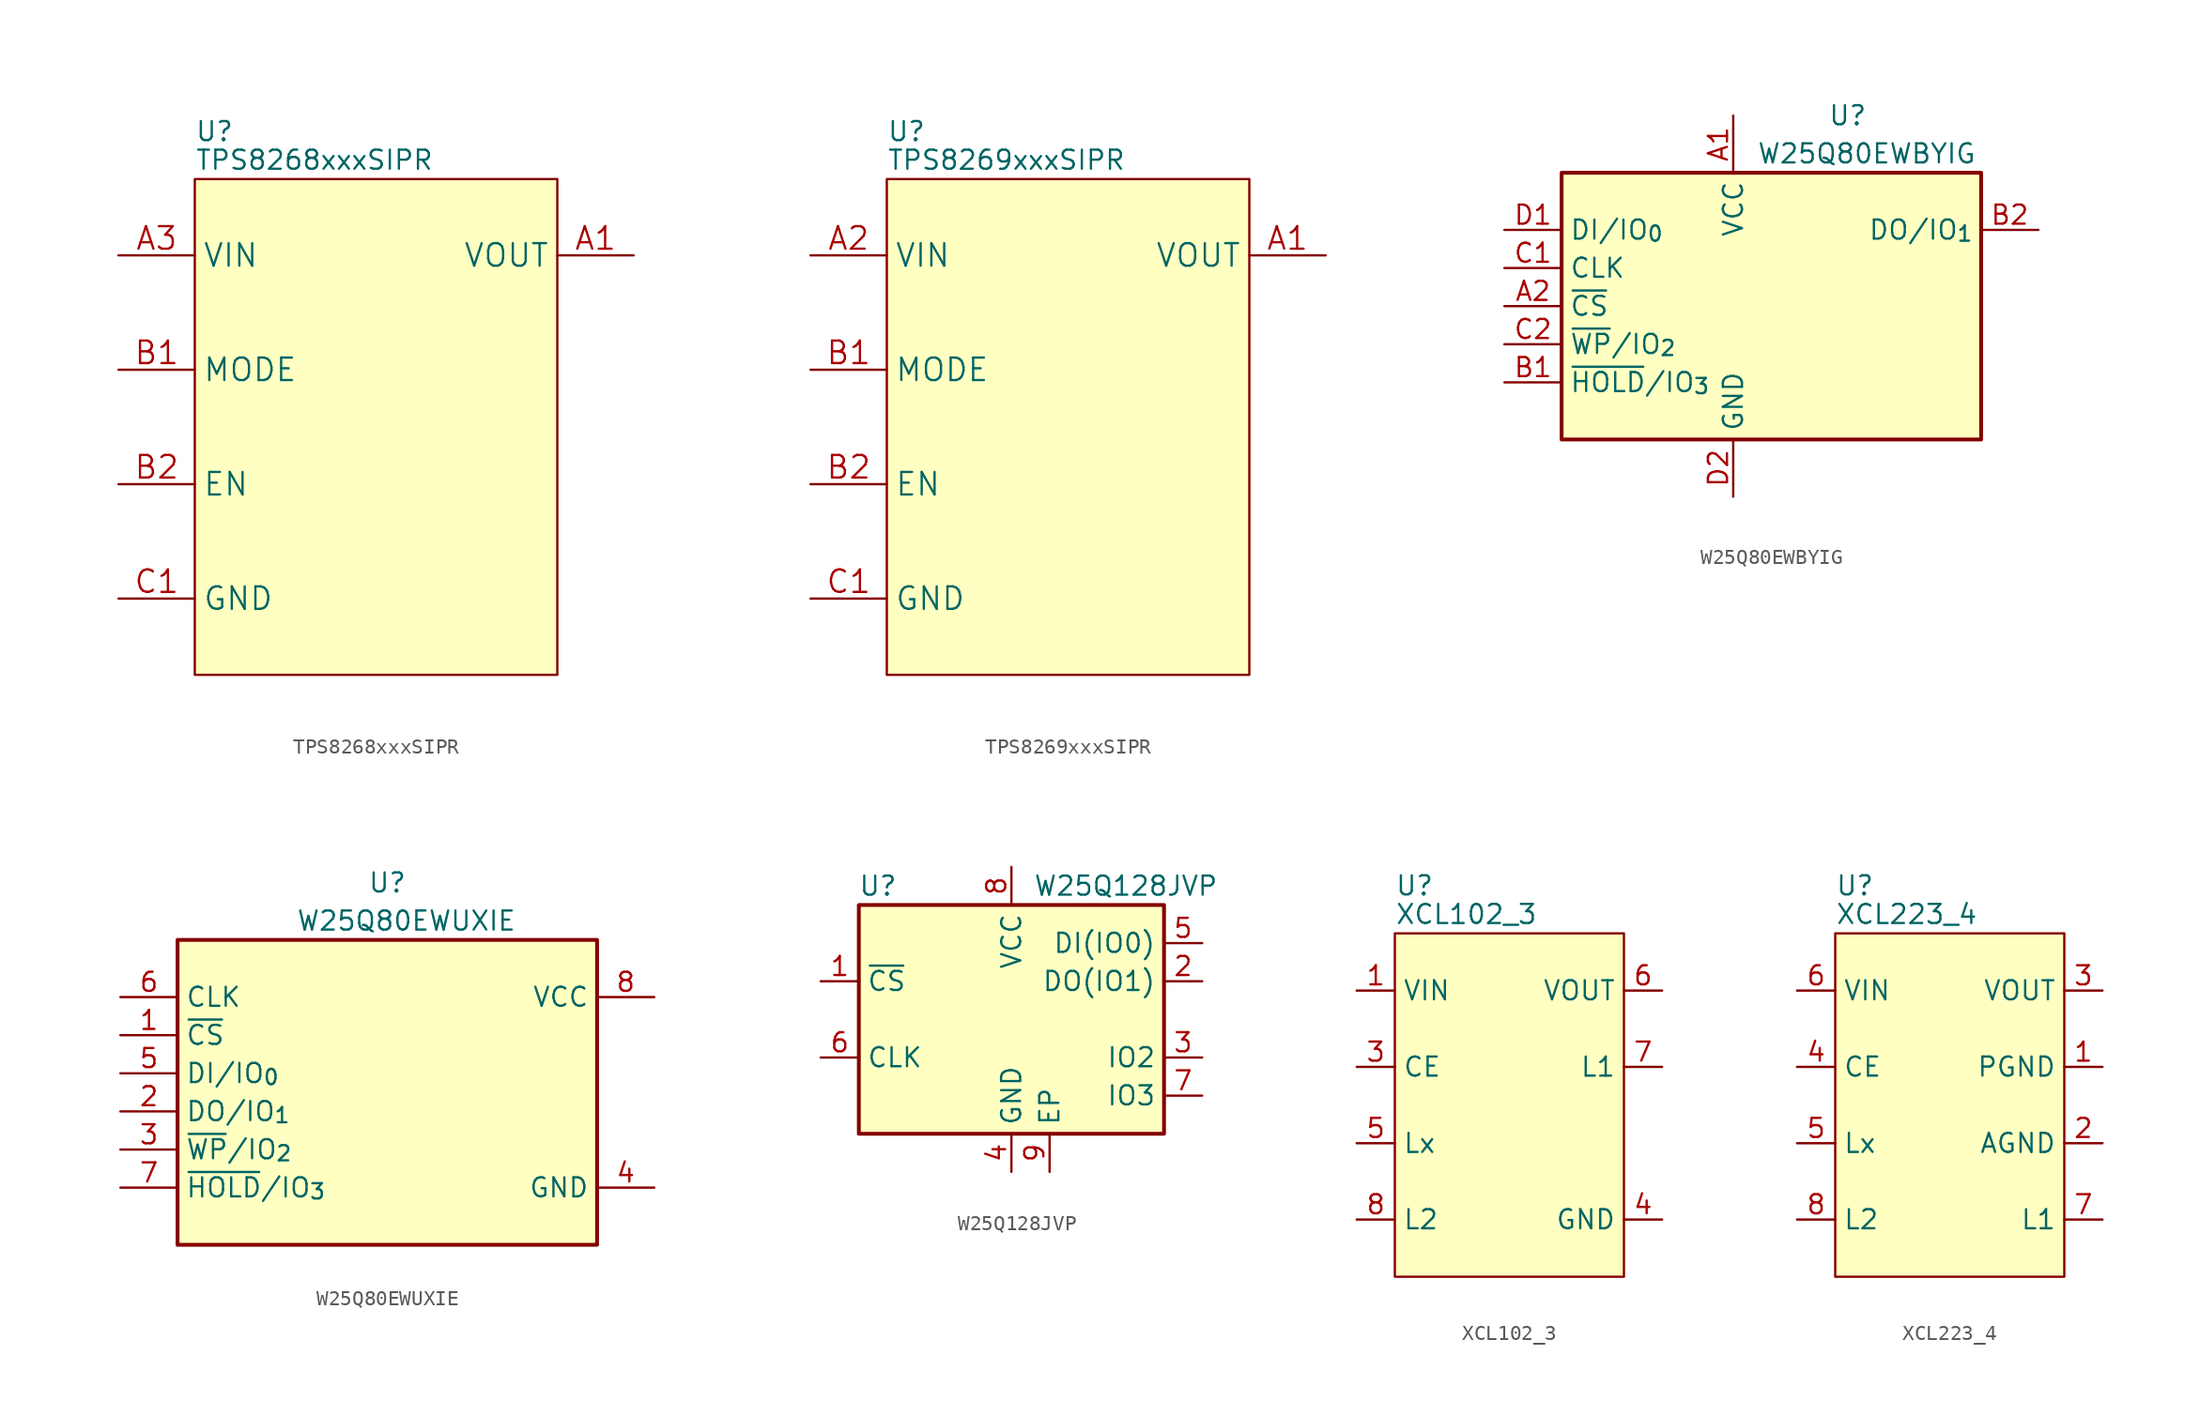
<source format=kicad_sym>
(kicad_symbol_lib
  (version 20211014)
  (generator kicad_symbol_editor)
  (symbol "TPS8268xxxSIPR"
    (property "Reference" "U"
      (at -11.43 19.685 0)
      (effects (font (size 1.27 1.27)) (justify left)))
    (property "Value" "TPS8268xxxSIPR"
      (at -11.43 17.78 0)
      (effects (font (size 1.27 1.27)) (justify left)))
    (symbol "TPS8268xxxSIPR_0_1"
      (rectangle (start -11.43 16.51) (end 12.7 -16.51) (stroke (width 0.152) (type default) (color 0 0 0 0)) (fill (type background))))
    (symbol "TPS8268xxxSIPR_1_1"
      (pin power_out line (at 17.78 11.43 180) (length 5.08) (name "VOUT" (effects (font (size 1.499 1.499)))) (number "A1" (effects (font (size 1.499 1.499)))))
      (pin power_out line (at 17.78 11.43 180) (length 5.08) hide (name "VOUT" (effects (font (size 1.499 1.499)))) (number "A2" (effects (font (size 1.499 1.499)))))
      (pin power_in line (at -16.51 11.43 0) (length 5.08) (name "VIN" (effects (font (size 1.499 1.499)))) (number "A3" (effects (font (size 1.499 1.499)))))
      (pin input line (at -16.51 3.81 0) (length 5.08) (name "MODE" (effects (font (size 1.499 1.499)))) (number "B1" (effects (font (size 1.499 1.499)))))
      (pin input line (at -16.51 -3.81 0) (length 5.08) (name "EN" (effects (font (size 1.499 1.499)))) (number "B2" (effects (font (size 1.499 1.499)))))
      (pin power_in line (at -16.51 11.43 0) (length 5.08) hide (name "VIN" (effects (font (size 1.499 1.499)))) (number "B3" (effects (font (size 1.499 1.499)))))
      (pin power_in line (at -16.51 -11.43 0) (length 5.08) (name "GND" (effects (font (size 1.499 1.499)))) (number "C1" (effects (font (size 1.499 1.499)))))
      (pin power_in line (at -16.51 -11.43 0) (length 5.08) hide (name "GND" (effects (font (size 1.499 1.499)))) (number "C2" (effects (font (size 1.499 1.499)))))
      (pin power_in line (at -16.51 -11.43 0) (length 5.08) hide (name "GND" (effects (font (size 1.499 1.499)))) (number "C3" (effects (font (size 1.499 1.499)))))))
  (symbol "TPS8269xxxSIPR"
    (property "Reference" "U"
      (at -11.43 19.685 0)
      (effects (font (size 1.27 1.27)) (justify left)))
    (property "Value" "TPS8269xxxSIPR"
      (at -11.43 17.78 0)
      (effects (font (size 1.27 1.27)) (justify left)))
    (symbol "TPS8269xxxSIPR_0_1"
      (rectangle (start -11.43 16.51) (end 12.7 -16.51) (stroke (width 0.152) (type default) (color 0 0 0 0)) (fill (type background))))
    (symbol "TPS8269xxxSIPR_1_1"
      (pin power_out line (at 17.78 11.43 180) (length 5.08) (name "VOUT" (effects (font (size 1.499 1.499)))) (number "A1" (effects (font (size 1.499 1.499)))))
      (pin power_in line (at -16.51 11.43 0) (length 5.08) (name "VIN" (effects (font (size 1.499 1.499)))) (number "A2" (effects (font (size 1.499 1.499)))))
      (pin power_in line (at -16.51 11.43 0) (length 5.08) hide (name "VIN" (effects (font (size 1.499 1.499)))) (number "A3" (effects (font (size 1.499 1.499)))))
      (pin input line (at -16.51 3.81 0) (length 5.08) (name "MODE" (effects (font (size 1.499 1.499)))) (number "B1" (effects (font (size 1.499 1.499)))))
      (pin input line (at -16.51 -3.81 0) (length 5.08) (name "EN" (effects (font (size 1.499 1.499)))) (number "B2" (effects (font (size 1.499 1.499)))))
      (pin power_in line (at -16.51 -11.43 0) (length 5.08) (name "GND" (effects (font (size 1.499 1.499)))) (number "C1" (effects (font (size 1.499 1.499)))))
      (pin power_in line (at -16.51 -11.43 0) (length 5.08) hide (name "GND" (effects (font (size 1.499 1.499)))) (number "C2" (effects (font (size 1.499 1.499)))))
      (pin power_in line (at -16.51 -11.43 0) (length 5.08) hide (name "GND" (effects (font (size 1.499 1.499)))) (number "C3" (effects (font (size 1.499 1.499)))))))
  (symbol "W25Q80EWBYIG"
    (property "Reference" "U"
      (at 5.08 12.7 0)
      (effects (font (size 1.27 1.27))))
    (property "Value" "W25Q80EWBYIG"
      (at 6.35 10.16 0)
      (effects (font (size 1.27 1.27))))
    (symbol "W25Q80EWBYIG_1_1"
      (rectangle (start -13.97 8.89) (end 13.97 -8.89) (stroke (width 0.254) (type default) (color 0 0 0 0)) (fill (type background)))
      (pin power_in line (at -2.54 12.7 270) (length 3.81) (name "VCC" (effects (font (size 1.27 1.27)))) (number "A1" (effects (font (size 1.27 1.27)))))
      (pin input line (at -17.78 0 0) (length 3.81) (name "~{CS}" (effects (font (size 1.27 1.27)))) (number "A2" (effects (font (size 1.27 1.27)))))
      (pin bidirectional line (at -17.78 -5.08 0) (length 3.81) (name "~{HOLD}/IO_{3}" (effects (font (size 1.27 1.27)))) (number "B1" (effects (font (size 1.27 1.27)))))
      (pin bidirectional line (at 17.78 5.08 180) (length 3.81) (name "DO/IO_{1}" (effects (font (size 1.27 1.27)))) (number "B2" (effects (font (size 1.27 1.27)))))
      (pin input line (at -17.78 2.54 0) (length 3.81) (name "CLK" (effects (font (size 1.27 1.27)))) (number "C1" (effects (font (size 1.27 1.27)))))
      (pin bidirectional line (at -17.78 -2.54 0) (length 3.81) (name "~{WP}/IO_{2}" (effects (font (size 1.27 1.27)))) (number "C2" (effects (font (size 1.27 1.27)))))
      (pin bidirectional line (at -17.78 5.08 0) (length 3.81) (name "DI/IO_{0}" (effects (font (size 1.27 1.27)))) (number "D1" (effects (font (size 1.27 1.27)))))
      (pin power_in line (at -2.54 -12.7 90) (length 3.81) (name "GND" (effects (font (size 1.27 1.27)))) (number "D2" (effects (font (size 1.27 1.27)))))))
  (symbol "W25Q80EWUXIE"
    (property "Reference" "U"
      (at 0 13.97 0)
      (effects (font (size 1.27 1.27))))
    (property "Value" "W25Q80EWUXIE"
      (at 1.27 11.43 0)
      (effects (font (size 1.27 1.27))))
    (symbol "W25Q80EWUXIE_1_1"
      (rectangle (start -13.97 10.16) (end 13.97 -10.16) (stroke (width 0.254) (type default) (color 0 0 0 0)) (fill (type background)))
      (pin input line (at -17.78 3.81 0) (length 3.81) (name "~{CS}" (effects (font (size 1.27 1.27)))) (number "1" (effects (font (size 1.27 1.27)))))
      (pin bidirectional line (at -17.78 -1.27 0) (length 3.81) (name "DO/IO_{1}" (effects (font (size 1.27 1.27)))) (number "2" (effects (font (size 1.27 1.27)))))
      (pin bidirectional line (at -17.78 -3.81 0) (length 3.81) (name "~{WP}/IO_{2}" (effects (font (size 1.27 1.27)))) (number "3" (effects (font (size 1.27 1.27)))))
      (pin power_in line (at 17.78 -6.35 180) (length 3.81) (name "GND" (effects (font (size 1.27 1.27)))) (number "4" (effects (font (size 1.27 1.27)))))
      (pin bidirectional line (at -17.78 1.27 0) (length 3.81) (name "DI/IO_{0}" (effects (font (size 1.27 1.27)))) (number "5" (effects (font (size 1.27 1.27)))))
      (pin input line (at -17.78 6.35 0) (length 3.81) (name "CLK" (effects (font (size 1.27 1.27)))) (number "6" (effects (font (size 1.27 1.27)))))
      (pin bidirectional line (at -17.78 -6.35 0) (length 3.81) (name "~{HOLD}/IO_{3}" (effects (font (size 1.27 1.27)))) (number "7" (effects (font (size 1.27 1.27)))))
      (pin power_in line (at 17.78 6.35 180) (length 3.81) (name "VCC" (effects (font (size 1.27 1.27)))) (number "8" (effects (font (size 1.27 1.27)))))
      (pin power_in line (at 17.78 -6.35 180) (length 3.81) hide (name "GND" (effects (font (size 1.27 1.27)))) (number "9" (effects (font (size 1.27 1.27)))))))
  (symbol "W25Q128JVP"
    (property "Reference" "U"
      (at -8.89 8.89 0)
      (effects (font (size 1.27 1.27))))
    (property "Value" "W25Q128JVP"
      (at 7.62 8.89 0)
      (effects (font (size 1.27 1.27))))
    (symbol "W25Q128JVP_0_1"
      (rectangle (start -10.16 7.62) (end 10.16 -7.62) (stroke (width 0.254) (type default) (color 0 0 0 0)) (fill (type background))))
    (symbol "W25Q128JVP_1_1"
      (pin input line (at -12.7 2.54 0) (length 2.54) (name "~{CS}" (effects (font (size 1.27 1.27)))) (number "1" (effects (font (size 1.27 1.27)))))
      (pin bidirectional line (at 12.7 2.54 180) (length 2.54) (name "DO(IO1)" (effects (font (size 1.27 1.27)))) (number "2" (effects (font (size 1.27 1.27)))))
      (pin bidirectional line (at 12.7 -2.54 180) (length 2.54) (name "IO2" (effects (font (size 1.27 1.27)))) (number "3" (effects (font (size 1.27 1.27)))))
      (pin power_in line (at 0 -10.16 90) (length 2.54) (name "GND" (effects (font (size 1.27 1.27)))) (number "4" (effects (font (size 1.27 1.27)))))
      (pin bidirectional line (at 12.7 5.08 180) (length 2.54) (name "DI(IO0)" (effects (font (size 1.27 1.27)))) (number "5" (effects (font (size 1.27 1.27)))))
      (pin input line (at -12.7 -2.54 0) (length 2.54) (name "CLK" (effects (font (size 1.27 1.27)))) (number "6" (effects (font (size 1.27 1.27)))))
      (pin bidirectional line (at 12.7 -5.08 180) (length 2.54) (name "IO3" (effects (font (size 1.27 1.27)))) (number "7" (effects (font (size 1.27 1.27)))))
      (pin power_in line (at 0 10.16 270) (length 2.54) (name "VCC" (effects (font (size 1.27 1.27)))) (number "8" (effects (font (size 1.27 1.27)))))
      (pin passive line (at 2.54 -10.16 90) (length 2.54) (name "EP" (effects (font (size 1.27 1.27)))) (number "9" (effects (font (size 1.27 1.27)))))))
  (symbol "XCL102_3"
    (property "Reference" "U"
      (at -7.62 14.605 0)
      (effects (font (size 1.27 1.27)) (justify left)))
    (property "Value" "XCL102_3"
      (at -7.62 12.7 0)
      (effects (font (size 1.27 1.27)) (justify left)))
    (symbol "XCL102_3_0_1"
      (rectangle (start -7.62 11.43) (end 7.62 -11.43) (stroke (width 0.152) (type default) (color 0 0 0 0)) (fill (type background))))
    (symbol "XCL102_3_1_1"
      (pin power_in line (at -10.16 7.62 0) (length 2.54) (name "VIN" (effects (font (size 1.27 1.27)))) (number "1" (effects (font (size 1.27 1.27)))))
      (pin power_in line (at 10.16 -7.62 180) (length 2.54) hide (name "GND" (effects (font (size 1.27 1.27)))) (number "2" (effects (font (size 1.27 1.27)))))
      (pin input line (at -10.16 2.54 0) (length 2.54) (name "CE" (effects (font (size 1.27 1.27)))) (number "3" (effects (font (size 1.27 1.27)))))
      (pin power_in line (at 10.16 -7.62 180) (length 2.54) (name "GND" (effects (font (size 1.27 1.27)))) (number "4" (effects (font (size 1.27 1.27)))))
      (pin output line (at -10.16 -2.54 0) (length 2.54) (name "Lx" (effects (font (size 1.27 1.27)))) (number "5" (effects (font (size 1.27 1.27)))))
      (pin power_out line (at 10.16 7.62 180) (length 2.54) (name "VOUT" (effects (font (size 1.27 1.27)))) (number "6" (effects (font (size 1.27 1.27)))))
      (pin passive line (at 10.16 2.54 180) (length 2.54) (name "L1" (effects (font (size 1.27 1.27)))) (number "7" (effects (font (size 1.27 1.27)))))
      (pin passive line (at -10.16 -7.62 0) (length 2.54) (name "L2" (effects (font (size 1.27 1.27)))) (number "8" (effects (font (size 1.27 1.27)))))
      (pin power_in line (at 10.16 -7.62 180) (length 2.54) hide (name "GND" (effects (font (size 1.27 1.27)))) (number "9" (effects (font (size 1.27 1.27)))))))
  (symbol "XCL223_4"
    (property "Reference" "U"
      (at -7.62 14.605 0)
      (effects (font (size 1.27 1.27)) (justify left)))
    (property "Value" "XCL223_4"
      (at -7.62 12.7 0)
      (effects (font (size 1.27 1.27)) (justify left)))
    (symbol "XCL223_4_0_1"
      (rectangle (start -7.62 11.43) (end 7.62 -11.43) (stroke (width 0.152) (type default) (color 0 0 0 0)) (fill (type background))))
    (symbol "XCL223_4_1_1"
      (pin power_in line (at 10.16 2.54 180) (length 2.54) (name "PGND" (effects (font (size 1.27 1.27)))) (number "1" (effects (font (size 1.27 1.27)))))
      (pin power_in line (at 10.16 -2.54 180) (length 2.54) (name "AGND" (effects (font (size 1.27 1.27)))) (number "2" (effects (font (size 1.27 1.27)))))
      (pin power_out line (at 10.16 7.62 180) (length 2.54) (name "VOUT" (effects (font (size 1.27 1.27)))) (number "3" (effects (font (size 1.27 1.27)))))
      (pin input line (at -10.16 2.54 0) (length 2.54) (name "CE" (effects (font (size 1.27 1.27)))) (number "4" (effects (font (size 1.27 1.27)))))
      (pin output line (at -10.16 -2.54 0) (length 2.54) (name "Lx" (effects (font (size 1.27 1.27)))) (number "5" (effects (font (size 1.27 1.27)))))
      (pin power_in line (at -10.16 7.62 0) (length 2.54) (name "VIN" (effects (font (size 1.27 1.27)))) (number "6" (effects (font (size 1.27 1.27)))))
      (pin passive line (at 10.16 -7.62 180) (length 2.54) (name "L1" (effects (font (size 1.27 1.27)))) (number "7" (effects (font (size 1.27 1.27)))))
      (pin passive line (at -10.16 -7.62 0) (length 2.54) (name "L2" (effects (font (size 1.27 1.27)))) (number "8" (effects (font (size 1.27 1.27))))))))
</source>
